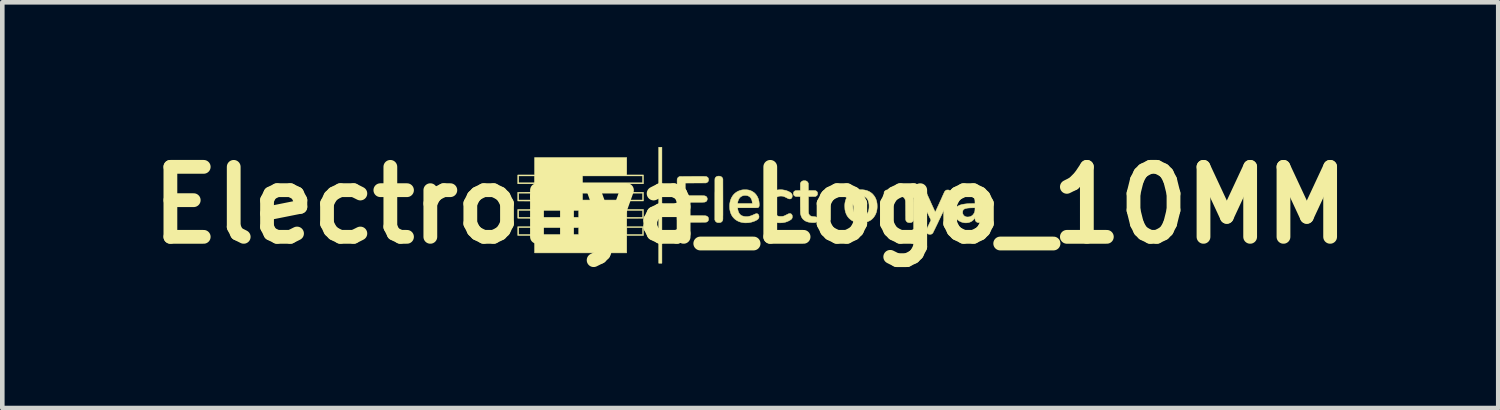
<source format=kicad_pcb>
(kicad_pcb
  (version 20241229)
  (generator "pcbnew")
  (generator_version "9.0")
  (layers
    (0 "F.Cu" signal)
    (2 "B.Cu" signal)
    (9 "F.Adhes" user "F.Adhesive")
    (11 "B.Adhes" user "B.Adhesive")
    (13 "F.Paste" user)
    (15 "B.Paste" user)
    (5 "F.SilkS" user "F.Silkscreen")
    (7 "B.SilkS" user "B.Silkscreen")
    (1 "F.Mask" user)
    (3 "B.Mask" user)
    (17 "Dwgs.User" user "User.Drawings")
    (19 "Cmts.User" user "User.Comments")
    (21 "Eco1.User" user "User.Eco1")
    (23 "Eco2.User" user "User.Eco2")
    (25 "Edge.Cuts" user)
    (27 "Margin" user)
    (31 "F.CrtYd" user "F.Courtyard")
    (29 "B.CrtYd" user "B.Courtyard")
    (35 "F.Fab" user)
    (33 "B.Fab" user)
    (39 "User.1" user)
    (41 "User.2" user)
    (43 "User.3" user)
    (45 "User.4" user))
  (footprint "Electronya_Logo_10MM"
    (layer "F.Cu")
    (at 13.288 1.418)
    (property "Reference" "Electronya_Logo_10MM" (at 0 0 0) (layer "F.SilkS") (effects (font (size 1.524 1.524) (thickness 0.3))))
    (attr exclude_from_pos_files exclude_from_bom)
    (fp_poly (pts (xy -1.924 1.264) (xy -1.994 1.264) (xy -1.994 -1.262) (xy -1.924 -1.262) (xy -1.924 1.264)) (stroke (width 0.01) (type solid)) (fill yes) (layer "F.SilkS"))
    (fp_poly (pts (xy -0.663 -0.631) (xy -0.645 -0.626) (xy -0.629 -0.618) (xy -0.616 -0.607) (xy -0.606 -0.593) (xy -0.601 -0.582) (xy -0.596 -0.57) (xy -0.595 -0.14) (xy -0.595 -0.081) (xy -0.595 -0.026) (xy -0.595 0.024) (xy -0.595 0.071) (xy -0.595 0.113) (xy -0.595 0.151) (xy -0.595 0.186) (xy -0.595 0.216) (xy -0.596 0.242) (xy -0.596 0.263) (xy -0.596 0.281) (xy -0.596 0.294) (xy -0.596 0.304) (xy -0.597 0.309) (xy -0.597 0.309) (xy -0.6 0.326) (xy -0.605 0.339) (xy -0.613 0.351) (xy -0.621 0.36) (xy -0.631 0.368) (xy -0.641 0.373) (xy -0.653 0.377) (xy -0.666 0.379) (xy -0.682 0.38) (xy -0.694 0.38) (xy -0.703 0.38) (xy -0.71 0.379) (xy -0.717 0.377) (xy -0.718 0.377) (xy -0.735 0.369) (xy -0.749 0.359) (xy -0.76 0.346) (xy -0.766 0.333) (xy -0.772 0.321) (xy -0.772 -0.125) (xy -0.772 -0.176) (xy -0.772 -0.223) (xy -0.772 -0.266) (xy -0.771 -0.306) (xy -0.771 -0.342) (xy -0.771 -0.375) (xy -0.771 -0.404) (xy -0.771 -0.43) (xy -0.771 -0.454) (xy -0.771 -0.475) (xy -0.771 -0.493) (xy -0.771 -0.509) (xy -0.771 -0.523) (xy -0.771 -0.535) (xy -0.771 -0.545) (xy -0.77 -0.553) (xy -0.77 -0.56) (xy -0.77 -0.566) (xy -0.77 -0.57) (xy -0.769 -0.574) (xy -0.769 -0.577) (xy -0.769 -0.579) (xy -0.768 -0.58) (xy -0.768 -0.582) (xy -0.768 -0.582) (xy -0.76 -0.598) (xy -0.75 -0.611) (xy -0.736 -0.621) (xy -0.72 -0.628) (xy -0.701 -0.632) (xy -0.685 -0.633) (xy -0.663 -0.631)) (stroke (width 0.01) (type solid)) (fill yes) (layer "F.SilkS"))
    (fp_poly (pts (xy -2.69 -0.658) (xy -2.326 -0.658) (xy -2.326 -0.466) (xy -2.69 -0.466) (xy -2.69 -0.374) (xy -2.689 -0.283) (xy -2.326 -0.281) (xy -2.326 -0.186) (xy -2.326 -0.091) (xy -2.69 -0.091) (xy -2.69 0.093) (xy -2.326 0.093) (xy -2.326 0.188) (xy -2.326 0.284) (xy -2.689 0.285) (xy -2.69 0.376) (xy -2.69 0.468) (xy -2.326 0.468) (xy -2.326 0.66) (xy -2.69 0.66) (xy -2.69 1.039) (xy -4.697 1.039) (xy -4.697 0.66) (xy -5.063 0.66) (xy -5.063 0.489) (xy -5.042 0.489) (xy -5.042 0.639) (xy -3.736 0.639) (xy -3.736 0.489) (xy -2.688 0.489) (xy -2.688 0.639) (xy -2.345 0.639) (xy -2.345 0.489) (xy -2.688 0.489) (xy -3.736 0.489) (xy -5.042 0.489) (xy -5.063 0.489) (xy -5.063 0.468) (xy -4.697 0.468) (xy -4.697 0.376) (xy -4.698 0.285) (xy -4.881 0.284) (xy -5.063 0.284) (xy -5.063 0.114) (xy -5.042 0.114) (xy -5.042 0.265) (xy -3.736 0.265) (xy -3.736 0.114) (xy -2.688 0.114) (xy -2.688 0.265) (xy -2.345 0.265) (xy -2.345 0.114) (xy -2.688 0.114) (xy -3.736 0.114) (xy -5.042 0.114) (xy -5.063 0.114) (xy -5.063 0.093) (xy -4.881 0.093) (xy -4.698 0.092) (xy -4.698 -0.09) (xy -4.881 -0.09) (xy -5.063 -0.091) (xy -5.063 -0.262) (xy -5.042 -0.262) (xy -5.042 -0.112) (xy -4.699 -0.112) (xy -4.699 -0.262) (xy -3.653 -0.262) (xy -3.653 -0.112) (xy -2.345 -0.112) (xy -2.345 -0.262) (xy -3.653 -0.262) (xy -4.699 -0.262) (xy -5.042 -0.262) (xy -5.063 -0.262) (xy -5.063 -0.281) (xy -4.881 -0.282) (xy -4.698 -0.283) (xy -4.697 -0.374) (xy -4.697 -0.466) (xy -5.063 -0.466) (xy -5.063 -0.637) (xy -5.042 -0.637) (xy -5.042 -0.487) (xy -4.699 -0.487) (xy -4.699 -0.637) (xy -3.653 -0.637) (xy -3.653 -0.487) (xy -2.345 -0.487) (xy -2.345 -0.637) (xy -3.653 -0.637) (xy -4.699 -0.637) (xy -5.042 -0.637) (xy -5.063 -0.637) (xy -5.063 -0.658) (xy -4.697 -0.658) (xy -4.697 -1.037) (xy -2.69 -1.037) (xy -2.69 -0.658)) (stroke (width 0.01) (type solid)) (fill yes) (layer "F.SilkS"))
    (fp_poly (pts (xy 1.675 -0.332) (xy 1.691 -0.326) (xy 1.706 -0.317) (xy 1.717 -0.305) (xy 1.726 -0.293) (xy 1.732 -0.278) (xy 1.733 -0.238) (xy 1.734 -0.198) (xy 1.743 -0.216) (xy 1.759 -0.241) (xy 1.777 -0.263) (xy 1.799 -0.283) (xy 1.823 -0.3) (xy 1.85 -0.313) (xy 1.879 -0.324) (xy 1.909 -0.33) (xy 1.918 -0.331) (xy 1.929 -0.332) (xy 1.941 -0.333) (xy 1.954 -0.333) (xy 1.955 -0.333) (xy 1.967 -0.333) (xy 1.975 -0.333) (xy 1.982 -0.333) (xy 1.986 -0.332) (xy 1.991 -0.33) (xy 1.996 -0.328) (xy 1.996 -0.327) (xy 2.009 -0.319) (xy 2.019 -0.309) (xy 2.026 -0.297) (xy 2.03 -0.281) (xy 2.031 -0.263) (xy 2.031 -0.262) (xy 2.03 -0.248) (xy 2.029 -0.237) (xy 2.026 -0.227) (xy 2.021 -0.218) (xy 2.019 -0.215) (xy 2.012 -0.207) (xy 2.004 -0.2) (xy 1.994 -0.195) (xy 1.981 -0.19) (xy 1.965 -0.187) (xy 1.945 -0.183) (xy 1.925 -0.181) (xy 1.904 -0.179) (xy 1.886 -0.176) (xy 1.872 -0.173) (xy 1.859 -0.17) (xy 1.849 -0.167) (xy 1.826 -0.157) (xy 1.805 -0.144) (xy 1.786 -0.128) (xy 1.771 -0.109) (xy 1.763 -0.093) (xy 1.758 -0.082) (xy 1.753 -0.07) (xy 1.749 -0.059) (xy 1.748 -0.055) (xy 1.747 -0.052) (xy 1.746 -0.049) (xy 1.746 -0.045) (xy 1.745 -0.041) (xy 1.745 -0.036) (xy 1.744 -0.031) (xy 1.744 -0.023) (xy 1.744 -0.014) (xy 1.743 -0.003) (xy 1.743 0.01) (xy 1.743 0.026) (xy 1.743 0.044) (xy 1.743 0.066) (xy 1.742 0.092) (xy 1.742 0.121) (xy 1.742 0.142) (xy 1.741 0.321) (xy 1.736 0.333) (xy 1.728 0.347) (xy 1.716 0.36) (xy 1.702 0.37) (xy 1.685 0.377) (xy 1.682 0.378) (xy 1.673 0.38) (xy 1.662 0.38) (xy 1.65 0.381) (xy 1.638 0.38) (xy 1.628 0.379) (xy 1.625 0.379) (xy 1.615 0.375) (xy 1.604 0.37) (xy 1.594 0.364) (xy 1.587 0.358) (xy 1.585 0.356) (xy 1.58 0.35) (xy 1.575 0.342) (xy 1.573 0.337) (xy 1.567 0.325) (xy 1.567 -0.278) (xy 1.573 -0.29) (xy 1.582 -0.305) (xy 1.594 -0.316) (xy 1.609 -0.325) (xy 1.627 -0.331) (xy 1.636 -0.333) (xy 1.656 -0.334) (xy 1.675 -0.332)) (stroke (width 0.01) (type solid)) (fill yes) (layer "F.SilkS"))
    (fp_poly (pts (xy 2.453 -0.335) (xy 2.492 -0.33) (xy 2.529 -0.321) (xy 2.563 -0.309) (xy 2.595 -0.294) (xy 2.625 -0.275) (xy 2.653 -0.253) (xy 2.665 -0.241) (xy 2.689 -0.214) (xy 2.71 -0.184) (xy 2.728 -0.152) (xy 2.742 -0.117) (xy 2.753 -0.08) (xy 2.76 -0.041) (xy 2.762 -0.022) (xy 2.764 0.02) (xy 2.763 0.061) (xy 2.758 0.101) (xy 2.75 0.139) (xy 2.738 0.175) (xy 2.723 0.209) (xy 2.704 0.241) (xy 2.683 0.271) (xy 2.679 0.275) (xy 2.656 0.299) (xy 2.631 0.32) (xy 2.602 0.338) (xy 2.571 0.353) (xy 2.537 0.366) (xy 2.502 0.375) (xy 2.465 0.381) (xy 2.427 0.385) (xy 2.389 0.384) (xy 2.381 0.384) (xy 2.341 0.379) (xy 2.302 0.371) (xy 2.266 0.36) (xy 2.233 0.345) (xy 2.202 0.327) (xy 2.174 0.305) (xy 2.148 0.281) (xy 2.125 0.254) (xy 2.106 0.224) (xy 2.089 0.191) (xy 2.076 0.155) (xy 2.066 0.117) (xy 2.063 0.104) (xy 2.061 0.089) (xy 2.06 0.072) (xy 2.059 0.053) (xy 2.058 0.032) (xy 2.058 0.024) (xy 2.234 0.024) (xy 2.234 0.043) (xy 2.235 0.062) (xy 2.237 0.078) (xy 2.238 0.09) (xy 2.245 0.121) (xy 2.255 0.148) (xy 2.267 0.173) (xy 2.282 0.194) (xy 2.299 0.211) (xy 2.319 0.225) (xy 2.342 0.236) (xy 2.367 0.244) (xy 2.372 0.245) (xy 2.384 0.246) (xy 2.399 0.247) (xy 2.416 0.247) (xy 2.432 0.246) (xy 2.448 0.244) (xy 2.46 0.242) (xy 2.462 0.242) (xy 2.486 0.233) (xy 2.508 0.221) (xy 2.527 0.206) (xy 2.544 0.188) (xy 2.558 0.166) (xy 2.569 0.141) (xy 2.578 0.113) (xy 2.584 0.082) (xy 2.584 0.077) (xy 2.586 0.063) (xy 2.587 0.046) (xy 2.587 0.027) (xy 2.587 0.008) (xy 2.586 -0.01) (xy 2.585 -0.027) (xy 2.583 -0.037) (xy 2.577 -0.068) (xy 2.568 -0.096) (xy 2.557 -0.121) (xy 2.543 -0.143) (xy 2.526 -0.161) (xy 2.507 -0.176) (xy 2.485 -0.187) (xy 2.461 -0.195) (xy 2.434 -0.2) (xy 2.411 -0.201) (xy 2.382 -0.199) (xy 2.356 -0.194) (xy 2.332 -0.185) (xy 2.311 -0.173) (xy 2.292 -0.158) (xy 2.276 -0.139) (xy 2.262 -0.116) (xy 2.251 -0.091) (xy 2.242 -0.062) (xy 2.238 -0.043) (xy 2.236 -0.03) (xy 2.235 -0.014) (xy 2.234 0.004) (xy 2.234 0.024) (xy 2.058 0.024) (xy 2.058 0.012) (xy 2.058 -0.006) (xy 2.059 -0.022) (xy 2.059 -0.027) (xy 2.065 -0.067) (xy 2.075 -0.104) (xy 2.087 -0.139) (xy 2.104 -0.172) (xy 2.118 -0.196) (xy 2.128 -0.209) (xy 2.14 -0.224) (xy 2.154 -0.239) (xy 2.169 -0.253) (xy 2.183 -0.266) (xy 2.196 -0.276) (xy 2.197 -0.277) (xy 2.228 -0.295) (xy 2.262 -0.311) (xy 2.298 -0.322) (xy 2.336 -0.331) (xy 2.376 -0.335) (xy 2.411 -0.337) (xy 2.453 -0.335)) (stroke (width 0.01) (type solid)) (fill yes) (layer "F.SilkS"))
    (fp_poly (pts (xy 1.192 -0.533) (xy 1.194 -0.533) (xy 1.212 -0.529) (xy 1.229 -0.522) (xy 1.242 -0.511) (xy 1.254 -0.497) (xy 1.259 -0.487) (xy 1.265 -0.475) (xy 1.265 -0.398) (xy 1.266 -0.32) (xy 1.34 -0.319) (xy 1.36 -0.319) (xy 1.376 -0.319) (xy 1.389 -0.319) (xy 1.399 -0.318) (xy 1.407 -0.318) (xy 1.413 -0.317) (xy 1.417 -0.317) (xy 1.421 -0.316) (xy 1.424 -0.315) (xy 1.426 -0.314) (xy 1.441 -0.306) (xy 1.452 -0.296) (xy 1.46 -0.284) (xy 1.463 -0.277) (xy 1.465 -0.271) (xy 1.465 -0.263) (xy 1.466 -0.254) (xy 1.464 -0.237) (xy 1.46 -0.223) (xy 1.452 -0.212) (xy 1.441 -0.202) (xy 1.429 -0.195) (xy 1.417 -0.189) (xy 1.342 -0.188) (xy 1.267 -0.187) (xy 1.267 0.02) (xy 1.267 0.048) (xy 1.267 0.073) (xy 1.267 0.094) (xy 1.267 0.112) (xy 1.267 0.128) (xy 1.268 0.141) (xy 1.268 0.152) (xy 1.269 0.161) (xy 1.269 0.168) (xy 1.27 0.174) (xy 1.271 0.18) (xy 1.273 0.184) (xy 1.274 0.188) (xy 1.276 0.192) (xy 1.278 0.196) (xy 1.279 0.199) (xy 1.287 0.211) (xy 1.296 0.222) (xy 1.306 0.23) (xy 1.319 0.237) (xy 1.334 0.242) (xy 1.352 0.246) (xy 1.374 0.248) (xy 1.38 0.249) (xy 1.397 0.25) (xy 1.411 0.252) (xy 1.422 0.254) (xy 1.431 0.256) (xy 1.438 0.259) (xy 1.445 0.262) (xy 1.448 0.264) (xy 1.459 0.273) (xy 1.466 0.285) (xy 1.47 0.299) (xy 1.471 0.305) (xy 1.471 0.32) (xy 1.469 0.332) (xy 1.466 0.342) (xy 1.462 0.348) (xy 1.454 0.358) (xy 1.443 0.366) (xy 1.43 0.373) (xy 1.414 0.377) (xy 1.395 0.38) (xy 1.373 0.38) (xy 1.347 0.379) (xy 1.329 0.378) (xy 1.3 0.374) (xy 1.273 0.37) (xy 1.25 0.364) (xy 1.229 0.357) (xy 1.208 0.348) (xy 1.204 0.346) (xy 1.18 0.331) (xy 1.158 0.314) (xy 1.14 0.295) (xy 1.125 0.273) (xy 1.112 0.248) (xy 1.102 0.219) (xy 1.095 0.191) (xy 1.094 0.187) (xy 1.094 0.183) (xy 1.093 0.177) (xy 1.093 0.17) (xy 1.092 0.161) (xy 1.092 0.15) (xy 1.092 0.137) (xy 1.091 0.121) (xy 1.091 0.103) (xy 1.091 0.081) (xy 1.091 0.056) (xy 1.09 0.027) (xy 1.09 -0.006) (xy 1.09 -0.006) (xy 1.089 -0.187) (xy 1.038 -0.188) (xy 1.022 -0.189) (xy 1.01 -0.189) (xy 1.001 -0.189) (xy 0.993 -0.19) (xy 0.988 -0.191) (xy 0.984 -0.192) (xy 0.98 -0.193) (xy 0.976 -0.195) (xy 0.974 -0.196) (xy 0.961 -0.204) (xy 0.951 -0.214) (xy 0.944 -0.227) (xy 0.94 -0.242) (xy 0.94 -0.253) (xy 0.941 -0.271) (xy 0.946 -0.285) (xy 0.953 -0.297) (xy 0.964 -0.307) (xy 0.977 -0.313) (xy 0.981 -0.315) (xy 0.985 -0.316) (xy 0.99 -0.317) (xy 0.996 -0.318) (xy 1.004 -0.318) (xy 1.014 -0.319) (xy 1.028 -0.319) (xy 1.04 -0.319) (xy 1.09 -0.32) (xy 1.091 -0.398) (xy 1.091 -0.475) (xy 1.097 -0.489) (xy 1.106 -0.503) (xy 1.119 -0.516) (xy 1.133 -0.525) (xy 1.151 -0.531) (xy 1.171 -0.533) (xy 1.192 -0.533)) (stroke (width 0.01) (type solid)) (fill yes) (layer "F.SilkS"))
    (fp_poly (pts (xy 0.698 -0.335) (xy 0.736 -0.329) (xy 0.774 -0.321) (xy 0.809 -0.309) (xy 0.841 -0.295) (xy 0.861 -0.284) (xy 0.877 -0.274) (xy 0.89 -0.263) (xy 0.9 -0.251) (xy 0.907 -0.239) (xy 0.908 -0.237) (xy 0.91 -0.232) (xy 0.912 -0.226) (xy 0.913 -0.22) (xy 0.913 -0.212) (xy 0.913 -0.202) (xy 0.913 -0.191) (xy 0.913 -0.183) (xy 0.912 -0.177) (xy 0.91 -0.172) (xy 0.908 -0.168) (xy 0.9 -0.155) (xy 0.89 -0.145) (xy 0.878 -0.138) (xy 0.863 -0.136) (xy 0.861 -0.136) (xy 0.852 -0.136) (xy 0.843 -0.138) (xy 0.832 -0.141) (xy 0.82 -0.147) (xy 0.805 -0.154) (xy 0.792 -0.161) (xy 0.77 -0.172) (xy 0.75 -0.181) (xy 0.733 -0.188) (xy 0.717 -0.193) (xy 0.704 -0.196) (xy 0.678 -0.198) (xy 0.652 -0.198) (xy 0.627 -0.195) (xy 0.603 -0.188) (xy 0.581 -0.179) (xy 0.574 -0.175) (xy 0.565 -0.169) (xy 0.555 -0.161) (xy 0.545 -0.151) (xy 0.534 -0.14) (xy 0.526 -0.13) (xy 0.519 -0.121) (xy 0.519 -0.12) (xy 0.511 -0.105) (xy 0.504 -0.088) (xy 0.498 -0.069) (xy 0.493 -0.05) (xy 0.491 -0.036) (xy 0.489 -0.019) (xy 0.488 -0.001) (xy 0.487 0.018) (xy 0.487 0.037) (xy 0.488 0.055) (xy 0.489 0.069) (xy 0.494 0.101) (xy 0.502 0.13) (xy 0.513 0.156) (xy 0.526 0.179) (xy 0.542 0.198) (xy 0.561 0.214) (xy 0.582 0.227) (xy 0.583 0.227) (xy 0.595 0.233) (xy 0.607 0.238) (xy 0.618 0.241) (xy 0.63 0.243) (xy 0.643 0.244) (xy 0.659 0.244) (xy 0.668 0.244) (xy 0.683 0.244) (xy 0.695 0.244) (xy 0.706 0.243) (xy 0.716 0.241) (xy 0.726 0.238) (xy 0.737 0.234) (xy 0.75 0.229) (xy 0.764 0.222) (xy 0.78 0.214) (xy 0.798 0.205) (xy 0.812 0.198) (xy 0.824 0.192) (xy 0.833 0.188) (xy 0.841 0.185) (xy 0.848 0.184) (xy 0.853 0.182) (xy 0.859 0.182) (xy 0.862 0.182) (xy 0.876 0.184) (xy 0.888 0.189) (xy 0.898 0.197) (xy 0.907 0.21) (xy 0.911 0.217) (xy 0.914 0.227) (xy 0.915 0.24) (xy 0.916 0.253) (xy 0.915 0.266) (xy 0.912 0.277) (xy 0.911 0.282) (xy 0.905 0.294) (xy 0.897 0.303) (xy 0.887 0.313) (xy 0.873 0.322) (xy 0.873 0.322) (xy 0.842 0.34) (xy 0.809 0.355) (xy 0.773 0.368) (xy 0.735 0.377) (xy 0.715 0.38) (xy 0.699 0.382) (xy 0.681 0.383) (xy 0.661 0.384) (xy 0.642 0.384) (xy 0.624 0.384) (xy 0.609 0.383) (xy 0.572 0.378) (xy 0.536 0.369) (xy 0.502 0.357) (xy 0.47 0.342) (xy 0.443 0.326) (xy 0.431 0.317) (xy 0.418 0.306) (xy 0.405 0.293) (xy 0.392 0.279) (xy 0.38 0.266) (xy 0.37 0.253) (xy 0.365 0.247) (xy 0.347 0.216) (xy 0.332 0.183) (xy 0.32 0.149) (xy 0.312 0.113) (xy 0.307 0.074) (xy 0.305 0.033) (xy 0.305 0.028) (xy 0.306 -0.015) (xy 0.311 -0.055) (xy 0.32 -0.092) (xy 0.332 -0.127) (xy 0.347 -0.16) (xy 0.365 -0.191) (xy 0.388 -0.22) (xy 0.405 -0.238) (xy 0.433 -0.263) (xy 0.463 -0.284) (xy 0.494 -0.302) (xy 0.528 -0.316) (xy 0.563 -0.326) (xy 0.601 -0.333) (xy 0.642 -0.336) (xy 0.659 -0.337) (xy 0.698 -0.335)) (stroke (width 0.01) (type solid)) (fill yes) (layer "F.SilkS"))
    (fp_poly (pts (xy -0.092 -0.335) (xy -0.074 -0.335) (xy -0.059 -0.333) (xy -0.045 -0.331) (xy -0.032 -0.329) (xy -0.018 -0.325) (xy -0.005 -0.321) (xy 0.028 -0.308) (xy 0.057 -0.291) (xy 0.085 -0.272) (xy 0.109 -0.249) (xy 0.131 -0.223) (xy 0.15 -0.194) (xy 0.159 -0.177) (xy 0.17 -0.152) (xy 0.179 -0.128) (xy 0.186 -0.102) (xy 0.191 -0.075) (xy 0.194 -0.045) (xy 0.195 -0.039) (xy 0.196 -0.017) (xy 0.196 0.002) (xy 0.194 0.017) (xy 0.191 0.03) (xy 0.185 0.04) (xy 0.178 0.047) (xy 0.169 0.053) (xy 0.168 0.053) (xy 0.167 0.054) (xy 0.165 0.054) (xy 0.163 0.055) (xy 0.159 0.055) (xy 0.155 0.056) (xy 0.15 0.056) (xy 0.142 0.056) (xy 0.134 0.056) (xy 0.123 0.057) (xy 0.109 0.057) (xy 0.093 0.057) (xy 0.075 0.057) (xy 0.053 0.057) (xy 0.028 0.057) (xy -0.001 0.057) (xy -0.033 0.057) (xy -0.058 0.057) (xy -0.276 0.057) (xy -0.274 0.074) (xy -0.272 0.089) (xy -0.269 0.106) (xy -0.264 0.124) (xy -0.259 0.14) (xy -0.254 0.154) (xy -0.253 0.155) (xy -0.241 0.178) (xy -0.227 0.196) (xy -0.211 0.212) (xy -0.192 0.225) (xy -0.17 0.235) (xy -0.145 0.242) (xy -0.118 0.247) (xy -0.109 0.248) (xy -0.086 0.249) (xy -0.064 0.249) (xy -0.041 0.246) (xy -0.018 0.241) (xy 0.007 0.234) (xy 0.034 0.224) (xy 0.063 0.212) (xy 0.071 0.208) (xy 0.088 0.2) (xy 0.102 0.194) (xy 0.114 0.19) (xy 0.123 0.186) (xy 0.131 0.185) (xy 0.138 0.184) (xy 0.144 0.184) (xy 0.15 0.186) (xy 0.152 0.186) (xy 0.163 0.191) (xy 0.173 0.2) (xy 0.181 0.211) (xy 0.186 0.224) (xy 0.186 0.224) (xy 0.19 0.243) (xy 0.19 0.26) (xy 0.186 0.277) (xy 0.177 0.292) (xy 0.171 0.3) (xy 0.159 0.311) (xy 0.143 0.322) (xy 0.124 0.333) (xy 0.102 0.343) (xy 0.079 0.353) (xy 0.053 0.361) (xy 0.027 0.369) (xy 0.000407 0.375) (xy -0.025 0.38) (xy -0.037 0.381) (xy -0.051 0.383) (xy -0.067 0.383) (xy -0.084 0.384) (xy -0.099 0.384) (xy -0.113 0.384) (xy -0.121 0.384) (xy -0.146 0.381) (xy -0.172 0.377) (xy -0.197 0.372) (xy -0.22 0.366) (xy -0.241 0.359) (xy -0.244 0.358) (xy -0.278 0.342) (xy -0.309 0.323) (xy -0.338 0.301) (xy -0.363 0.276) (xy -0.386 0.249) (xy -0.405 0.218) (xy -0.421 0.185) (xy -0.43 0.16) (xy -0.44 0.126) (xy -0.446 0.09) (xy -0.449 0.052) (xy -0.45 0.014) (xy -0.448 -0.024) (xy -0.445 -0.043) (xy -0.275 -0.043) (xy -0.275 -0.036) (xy 0.045 -0.036) (xy 0.044 -0.055) (xy 0.04 -0.084) (xy 0.034 -0.11) (xy 0.024 -0.134) (xy 0.012 -0.155) (xy -0.003 -0.173) (xy -0.021 -0.188) (xy -0.041 -0.199) (xy -0.052 -0.204) (xy -0.072 -0.209) (xy -0.094 -0.212) (xy -0.117 -0.213) (xy -0.14 -0.211) (xy -0.16 -0.206) (xy -0.164 -0.205) (xy -0.186 -0.195) (xy -0.207 -0.183) (xy -0.225 -0.167) (xy -0.24 -0.148) (xy -0.245 -0.14) (xy -0.252 -0.127) (xy -0.259 -0.111) (xy -0.265 -0.095) (xy -0.27 -0.078) (xy -0.273 -0.062) (xy -0.275 -0.048) (xy -0.275 -0.043) (xy -0.445 -0.043) (xy -0.442 -0.061) (xy -0.434 -0.096) (xy -0.433 -0.101) (xy -0.42 -0.137) (xy -0.403 -0.172) (xy -0.384 -0.203) (xy -0.362 -0.231) (xy -0.337 -0.256) (xy -0.309 -0.278) (xy -0.279 -0.297) (xy -0.246 -0.312) (xy -0.211 -0.324) (xy -0.184 -0.331) (xy -0.175 -0.332) (xy -0.167 -0.334) (xy -0.158 -0.334) (xy -0.149 -0.335) (xy -0.138 -0.335) (xy -0.123 -0.335) (xy -0.113 -0.335) (xy -0.092 -0.335)) (stroke (width 0.01) (type solid)) (fill yes) (layer "F.SilkS"))
    (fp_poly (pts (xy -1.088 -0.626) (xy -1.065 -0.626) (xy -1.045 -0.626) (xy -1.027 -0.626) (xy -1.012 -0.626) (xy -0.999 -0.625) (xy -0.988 -0.625) (xy -0.979 -0.625) (xy -0.972 -0.624) (xy -0.966 -0.623) (xy -0.961 -0.623) (xy -0.956 -0.622) (xy -0.953 -0.621) (xy -0.95 -0.62) (xy -0.947 -0.619) (xy -0.944 -0.617) (xy -0.942 -0.616) (xy -0.931 -0.608) (xy -0.92 -0.598) (xy -0.914 -0.587) (xy -0.911 -0.577) (xy -0.909 -0.564) (xy -0.909 -0.551) (xy -0.91 -0.538) (xy -0.913 -0.526) (xy -0.914 -0.523) (xy -0.922 -0.511) (xy -0.933 -0.5) (xy -0.947 -0.491) (xy -0.954 -0.488) (xy -0.968 -0.484) (xy -1.192 -0.483) (xy -1.416 -0.482) (xy -1.416 -0.207) (xy -1.221 -0.207) (xy -1.188 -0.207) (xy -1.157 -0.207) (xy -1.128 -0.207) (xy -1.101 -0.207) (xy -1.078 -0.207) (xy -1.057 -0.207) (xy -1.039 -0.206) (xy -1.025 -0.206) (xy -1.015 -0.206) (xy -1.008 -0.205) (xy -1.007 -0.205) (xy -0.988 -0.202) (xy -0.972 -0.196) (xy -0.96 -0.189) (xy -0.95 -0.179) (xy -0.944 -0.168) (xy -0.94 -0.16) (xy -0.938 -0.154) (xy -0.937 -0.146) (xy -0.937 -0.137) (xy -0.938 -0.12) (xy -0.942 -0.106) (xy -0.948 -0.094) (xy -0.952 -0.089) (xy -0.961 -0.081) (xy -0.973 -0.074) (xy -0.987 -0.069) (xy -1 -0.066) (xy -1.005 -0.065) (xy -1.014 -0.065) (xy -1.026 -0.065) (xy -1.042 -0.064) (xy -1.062 -0.064) (xy -1.084 -0.064) (xy -1.11 -0.064) (xy -1.139 -0.064) (xy -1.17 -0.064) (xy -1.203 -0.064) (xy -1.215 -0.064) (xy -1.416 -0.064) (xy -1.416 0.229) (xy -1.203 0.229) (xy -1.167 0.229) (xy -1.134 0.229) (xy -1.103 0.229) (xy -1.075 0.229) (xy -1.05 0.229) (xy -1.028 0.229) (xy -1.01 0.23) (xy -0.995 0.23) (xy -0.984 0.23) (xy -0.977 0.231) (xy -0.975 0.231) (xy -0.957 0.235) (xy -0.941 0.242) (xy -0.928 0.252) (xy -0.926 0.254) (xy -0.919 0.262) (xy -0.914 0.27) (xy -0.911 0.279) (xy -0.91 0.289) (xy -0.909 0.302) (xy -0.909 0.312) (xy -0.91 0.319) (xy -0.911 0.325) (xy -0.913 0.33) (xy -0.915 0.336) (xy -0.924 0.348) (xy -0.937 0.359) (xy -0.951 0.367) (xy -0.953 0.368) (xy -0.955 0.368) (xy -0.957 0.369) (xy -0.959 0.369) (xy -0.963 0.369) (xy -0.967 0.37) (xy -0.972 0.37) (xy -0.978 0.37) (xy -0.987 0.371) (xy -0.997 0.371) (xy -1.009 0.371) (xy -1.023 0.371) (xy -1.039 0.371) (xy -1.059 0.371) (xy -1.081 0.372) (xy -1.107 0.372) (xy -1.135 0.372) (xy -1.168 0.372) (xy -1.204 0.372) (xy -1.244 0.372) (xy -1.246 0.372) (xy -1.288 0.372) (xy -1.326 0.372) (xy -1.36 0.372) (xy -1.391 0.372) (xy -1.418 0.372) (xy -1.442 0.372) (xy -1.462 0.372) (xy -1.48 0.371) (xy -1.495 0.371) (xy -1.507 0.371) (xy -1.517 0.371) (xy -1.525 0.371) (xy -1.531 0.37) (xy -1.535 0.37) (xy -1.537 0.37) (xy -1.553 0.364) (xy -1.566 0.355) (xy -1.577 0.344) (xy -1.585 0.331) (xy -1.593 0.315) (xy -1.593 -0.119) (xy -1.594 -0.173) (xy -1.594 -0.223) (xy -1.594 -0.269) (xy -1.594 -0.311) (xy -1.594 -0.349) (xy -1.594 -0.384) (xy -1.594 -0.415) (xy -1.593 -0.443) (xy -1.593 -0.467) (xy -1.593 -0.489) (xy -1.593 -0.507) (xy -1.593 -0.523) (xy -1.593 -0.536) (xy -1.593 -0.547) (xy -1.592 -0.555) (xy -1.592 -0.56) (xy -1.592 -0.564) (xy -1.592 -0.565) (xy -1.586 -0.582) (xy -1.577 -0.597) (xy -1.565 -0.609) (xy -1.55 -0.619) (xy -1.546 -0.621) (xy -1.534 -0.625) (xy -1.256 -0.626) (xy -1.215 -0.626) (xy -1.178 -0.626) (xy -1.144 -0.626) (xy -1.115 -0.626) (xy -1.088 -0.626)) (stroke (width 0.01) (type solid)) (fill yes) (layer "F.SilkS"))
    (fp_poly (pts (xy 3.766 -0.333) (xy 3.785 -0.328) (xy 3.785 -0.328) (xy 3.797 -0.322) (xy 3.808 -0.314) (xy 3.818 -0.304) (xy 3.824 -0.296) (xy 3.825 -0.292) (xy 3.828 -0.286) (xy 3.833 -0.276) (xy 3.839 -0.263) (xy 3.846 -0.247) (xy 3.855 -0.228) (xy 3.864 -0.207) (xy 3.875 -0.185) (xy 3.886 -0.16) (xy 3.898 -0.134) (xy 3.911 -0.106) (xy 3.924 -0.077) (xy 3.927 -0.069) (xy 3.94 -0.04) (xy 3.953 -0.012) (xy 3.965 0.014) (xy 3.976 0.039) (xy 3.987 0.061) (xy 3.996 0.082) (xy 4.005 0.101) (xy 4.012 0.117) (xy 4.018 0.13) (xy 4.023 0.14) (xy 4.026 0.147) (xy 4.028 0.151) (xy 4.028 0.151) (xy 4.029 0.149) (xy 4.032 0.144) (xy 4.036 0.135) (xy 4.041 0.124) (xy 4.048 0.109) (xy 4.056 0.092) (xy 4.065 0.072) (xy 4.075 0.05) (xy 4.086 0.026) (xy 4.098 0.001) (xy 4.11 -0.026) (xy 4.123 -0.054) (xy 4.124 -0.058) (xy 4.137 -0.086) (xy 4.15 -0.114) (xy 4.162 -0.14) (xy 4.173 -0.165) (xy 4.183 -0.189) (xy 4.193 -0.21) (xy 4.202 -0.229) (xy 4.209 -0.246) (xy 4.216 -0.26) (xy 4.221 -0.271) (xy 4.224 -0.279) (xy 4.226 -0.283) (xy 4.226 -0.283) (xy 4.235 -0.299) (xy 4.246 -0.311) (xy 4.259 -0.321) (xy 4.265 -0.324) (xy 4.272 -0.328) (xy 4.277 -0.33) (xy 4.283 -0.331) (xy 4.29 -0.331) (xy 4.3 -0.331) (xy 4.31 -0.331) (xy 4.317 -0.331) (xy 4.323 -0.329) (xy 4.329 -0.327) (xy 4.335 -0.324) (xy 4.351 -0.315) (xy 4.364 -0.302) (xy 4.374 -0.288) (xy 4.381 -0.272) (xy 4.383 -0.262) (xy 4.383 -0.255) (xy 4.382 -0.248) (xy 4.38 -0.239) (xy 4.379 -0.236) (xy 4.377 -0.232) (xy 4.374 -0.224) (xy 4.369 -0.213) (xy 4.362 -0.199) (xy 4.354 -0.183) (xy 4.345 -0.163) (xy 4.335 -0.141) (xy 4.323 -0.117) (xy 4.311 -0.09) (xy 4.298 -0.062) (xy 4.283 -0.032) (xy 4.269 -0.001) (xy 4.253 0.031) (xy 4.237 0.064) (xy 4.221 0.098) (xy 4.205 0.133) (xy 4.188 0.168) (xy 4.171 0.203) (xy 4.154 0.238) (xy 4.138 0.272) (xy 4.121 0.306) (xy 4.105 0.339) (xy 4.09 0.372) (xy 4.075 0.403) (xy 4.061 0.432) (xy 4.047 0.461) (xy 4.034 0.487) (xy 4.023 0.511) (xy 4.012 0.533) (xy 4.002 0.552) (xy 3.994 0.569) (xy 3.987 0.583) (xy 3.982 0.594) (xy 3.978 0.601) (xy 3.976 0.605) (xy 3.976 0.606) (xy 3.965 0.617) (xy 3.953 0.626) (xy 3.941 0.631) (xy 3.93 0.634) (xy 3.917 0.635) (xy 3.903 0.635) (xy 3.89 0.633) (xy 3.883 0.631) (xy 3.868 0.624) (xy 3.854 0.614) (xy 3.843 0.602) (xy 3.836 0.592) (xy 3.833 0.584) (xy 3.832 0.573) (xy 3.831 0.562) (xy 3.832 0.55) (xy 3.834 0.542) (xy 3.836 0.538) (xy 3.839 0.53) (xy 3.844 0.52) (xy 3.85 0.507) (xy 3.857 0.491) (xy 3.865 0.474) (xy 3.873 0.456) (xy 3.883 0.436) (xy 3.887 0.428) (xy 3.935 0.325) (xy 3.93 0.314) (xy 3.921 0.296) (xy 3.911 0.275) (xy 3.899 0.252) (xy 3.888 0.227) (xy 3.875 0.201) (xy 3.862 0.173) (xy 3.848 0.145) (xy 3.834 0.116) (xy 3.82 0.086) (xy 3.806 0.056) (xy 3.792 0.027) (xy 3.778 -0.003) (xy 3.764 -0.031) (xy 3.751 -0.059) (xy 3.738 -0.086) (xy 3.726 -0.112) (xy 3.714 -0.136) (xy 3.704 -0.158) (xy 3.695 -0.178) (xy 3.686 -0.196) (xy 3.679 -0.212) (xy 3.673 -0.224) (xy 3.669 -0.233) (xy 3.667 -0.239) (xy 3.666 -0.241) (xy 3.664 -0.258) (xy 3.667 -0.274) (xy 3.673 -0.289) (xy 3.683 -0.303) (xy 3.696 -0.315) (xy 3.709 -0.323) (xy 3.728 -0.33) (xy 3.747 -0.334) (xy 3.766 -0.333)) (stroke (width 0.01) (type solid)) (fill yes) (layer "F.SilkS"))
    (fp_poly (pts (xy 4.792 -0.336) (xy 4.81 -0.335) (xy 4.827 -0.334) (xy 4.842 -0.333) (xy 4.853 -0.332) (xy 4.887 -0.324) (xy 4.918 -0.313) (xy 4.946 -0.3) (xy 4.97 -0.283) (xy 4.992 -0.264) (xy 5.011 -0.242) (xy 5.027 -0.216) (xy 5.04 -0.188) (xy 5.05 -0.157) (xy 5.054 -0.137) (xy 5.056 -0.129) (xy 5.057 -0.121) (xy 5.058 -0.113) (xy 5.059 -0.104) (xy 5.06 -0.094) (xy 5.061 -0.084) (xy 5.061 -0.071) (xy 5.062 -0.057) (xy 5.062 -0.041) (xy 5.063 -0.023) (xy 5.063 -0.002) (xy 5.063 0.022) (xy 5.063 0.049) (xy 5.063 0.08) (xy 5.063 0.114) (xy 5.063 0.131) (xy 5.062 0.321) (xy 5.057 0.333) (xy 5.053 0.341) (xy 5.047 0.35) (xy 5.043 0.355) (xy 5.031 0.366) (xy 5.016 0.374) (xy 5 0.378) (xy 4.982 0.38) (xy 4.965 0.379) (xy 4.948 0.376) (xy 4.933 0.369) (xy 4.919 0.359) (xy 4.917 0.357) (xy 4.908 0.346) (xy 4.901 0.332) (xy 4.896 0.315) (xy 4.894 0.296) (xy 4.894 0.284) (xy 4.894 0.268) (xy 4.887 0.28) (xy 4.873 0.302) (xy 4.856 0.322) (xy 4.836 0.34) (xy 4.814 0.355) (xy 4.789 0.367) (xy 4.762 0.376) (xy 4.751 0.379) (xy 4.74 0.381) (xy 4.727 0.382) (xy 4.712 0.384) (xy 4.698 0.384) (xy 4.685 0.384) (xy 4.674 0.384) (xy 4.673 0.384) (xy 4.637 0.378) (xy 4.604 0.369) (xy 4.574 0.357) (xy 4.547 0.342) (xy 4.522 0.323) (xy 4.516 0.317) (xy 4.496 0.295) (xy 4.479 0.272) (xy 4.466 0.246) (xy 4.457 0.219) (xy 4.452 0.19) (xy 4.451 0.16) (xy 4.451 0.148) (xy 4.623 0.148) (xy 4.624 0.169) (xy 4.629 0.189) (xy 4.637 0.207) (xy 4.648 0.222) (xy 4.663 0.236) (xy 4.68 0.246) (xy 4.7 0.253) (xy 4.707 0.255) (xy 4.72 0.257) (xy 4.736 0.257) (xy 4.753 0.256) (xy 4.769 0.254) (xy 4.78 0.252) (xy 4.804 0.243) (xy 4.825 0.231) (xy 4.844 0.215) (xy 4.86 0.196) (xy 4.874 0.174) (xy 4.876 0.171) (xy 4.882 0.158) (xy 4.886 0.146) (xy 4.889 0.134) (xy 4.891 0.12) (xy 4.893 0.104) (xy 4.893 0.092) (xy 4.894 0.057) (xy 4.852 0.057) (xy 4.82 0.058) (xy 4.789 0.059) (xy 4.761 0.061) (xy 4.736 0.063) (xy 4.72 0.066) (xy 4.696 0.071) (xy 4.676 0.077) (xy 4.659 0.085) (xy 4.646 0.095) (xy 4.636 0.107) (xy 4.629 0.12) (xy 4.625 0.136) (xy 4.623 0.148) (xy 4.451 0.148) (xy 4.451 0.147) (xy 4.455 0.12) (xy 4.461 0.095) (xy 4.471 0.074) (xy 4.483 0.055) (xy 4.498 0.038) (xy 4.517 0.023) (xy 4.536 0.012) (xy 4.556 0.002) (xy 4.579 -0.006) (xy 4.603 -0.013) (xy 4.631 -0.019) (xy 4.661 -0.024) (xy 4.695 -0.028) (xy 4.732 -0.032) (xy 4.773 -0.034) (xy 4.817 -0.035) (xy 4.824 -0.035) (xy 4.894 -0.037) (xy 4.893 -0.074) (xy 4.893 -0.089) (xy 4.892 -0.101) (xy 4.891 -0.11) (xy 4.89 -0.118) (xy 4.888 -0.125) (xy 4.888 -0.127) (xy 4.88 -0.147) (xy 4.869 -0.164) (xy 4.856 -0.178) (xy 4.84 -0.188) (xy 4.821 -0.196) (xy 4.814 -0.198) (xy 4.802 -0.2) (xy 4.786 -0.202) (xy 4.769 -0.203) (xy 4.753 -0.202) (xy 4.737 -0.201) (xy 4.737 -0.201) (xy 4.719 -0.198) (xy 4.698 -0.194) (xy 4.675 -0.187) (xy 4.65 -0.18) (xy 4.624 -0.171) (xy 4.598 -0.162) (xy 4.573 -0.152) (xy 4.572 -0.151) (xy 4.557 -0.145) (xy 4.545 -0.141) (xy 4.535 -0.139) (xy 4.527 -0.138) (xy 4.519 -0.139) (xy 4.513 -0.14) (xy 4.499 -0.146) (xy 4.488 -0.156) (xy 4.479 -0.168) (xy 4.474 -0.183) (xy 4.474 -0.183) (xy 4.473 -0.192) (xy 4.472 -0.203) (xy 4.473 -0.215) (xy 4.474 -0.225) (xy 4.476 -0.231) (xy 4.482 -0.243) (xy 4.492 -0.255) (xy 4.506 -0.267) (xy 4.523 -0.278) (xy 4.543 -0.288) (xy 4.565 -0.298) (xy 4.591 -0.307) (xy 4.618 -0.315) (xy 4.647 -0.323) (xy 4.678 -0.328) (xy 4.71 -0.333) (xy 4.725 -0.335) (xy 4.739 -0.336) (xy 4.755 -0.336) (xy 4.773 -0.336) (xy 4.792 -0.336)) (stroke (width 0.01) (type solid)) (fill yes) (layer "F.SilkS"))
    (fp_poly (pts (xy 3.316 -0.336) (xy 3.327 -0.336) (xy 3.354 -0.334) (xy 3.377 -0.331) (xy 3.398 -0.327) (xy 3.418 -0.321) (xy 3.437 -0.312) (xy 3.441 -0.311) (xy 3.464 -0.297) (xy 3.484 -0.281) (xy 3.502 -0.262) (xy 3.518 -0.239) (xy 3.531 -0.214) (xy 3.542 -0.185) (xy 3.55 -0.152) (xy 3.556 -0.117) (xy 3.556 -0.116) (xy 3.557 -0.112) (xy 3.557 -0.105) (xy 3.558 -0.097) (xy 3.558 -0.086) (xy 3.558 -0.073) (xy 3.559 -0.057) (xy 3.559 -0.039) (xy 3.559 -0.017) (xy 3.559 0.008) (xy 3.559 0.037) (xy 3.559 0.069) (xy 3.559 0.106) (xy 3.559 0.11) (xy 3.559 0.144) (xy 3.559 0.175) (xy 3.559 0.201) (xy 3.559 0.224) (xy 3.559 0.244) (xy 3.559 0.261) (xy 3.559 0.276) (xy 3.559 0.288) (xy 3.558 0.297) (xy 3.558 0.305) (xy 3.558 0.312) (xy 3.557 0.316) (xy 3.557 0.32) (xy 3.557 0.323) (xy 3.556 0.325) (xy 3.555 0.327) (xy 3.547 0.344) (xy 3.537 0.358) (xy 3.523 0.369) (xy 3.507 0.376) (xy 3.488 0.38) (xy 3.473 0.381) (xy 3.451 0.379) (xy 3.433 0.375) (xy 3.417 0.367) (xy 3.404 0.356) (xy 3.394 0.342) (xy 3.386 0.325) (xy 3.386 0.325) (xy 3.386 0.323) (xy 3.386 0.319) (xy 3.385 0.313) (xy 3.385 0.305) (xy 3.384 0.294) (xy 3.384 0.282) (xy 3.384 0.266) (xy 3.384 0.248) (xy 3.383 0.226) (xy 3.383 0.201) (xy 3.383 0.172) (xy 3.383 0.139) (xy 3.382 0.113) (xy 3.382 0.079) (xy 3.382 0.049) (xy 3.382 0.023) (xy 3.382 0.000459) (xy 3.381 -0.019) (xy 3.381 -0.036) (xy 3.381 -0.05) (xy 3.381 -0.062) (xy 3.381 -0.072) (xy 3.38 -0.08) (xy 3.38 -0.086) (xy 3.379 -0.091) (xy 3.379 -0.096) (xy 3.378 -0.099) (xy 3.378 -0.102) (xy 3.377 -0.105) (xy 3.376 -0.108) (xy 3.369 -0.13) (xy 3.359 -0.149) (xy 3.347 -0.165) (xy 3.332 -0.177) (xy 3.315 -0.187) (xy 3.294 -0.193) (xy 3.291 -0.194) (xy 3.28 -0.195) (xy 3.266 -0.196) (xy 3.251 -0.196) (xy 3.235 -0.196) (xy 3.221 -0.194) (xy 3.208 -0.192) (xy 3.206 -0.192) (xy 3.185 -0.184) (xy 3.165 -0.174) (xy 3.147 -0.161) (xy 3.131 -0.147) (xy 3.125 -0.14) (xy 3.118 -0.131) (xy 3.111 -0.119) (xy 3.105 -0.107) (xy 3.099 -0.095) (xy 3.097 -0.089) (xy 3.095 -0.084) (xy 3.094 -0.079) (xy 3.093 -0.075) (xy 3.092 -0.07) (xy 3.091 -0.065) (xy 3.09 -0.059) (xy 3.089 -0.052) (xy 3.089 -0.043) (xy 3.088 -0.033) (xy 3.088 -0.021) (xy 3.088 -0.006) (xy 3.087 0.011) (xy 3.087 0.031) (xy 3.087 0.054) (xy 3.087 0.08) (xy 3.086 0.11) (xy 3.086 0.135) (xy 3.085 0.323) (xy 3.079 0.336) (xy 3.07 0.35) (xy 3.059 0.362) (xy 3.046 0.371) (xy 3.038 0.375) (xy 3.029 0.377) (xy 3.016 0.379) (xy 3.003 0.38) (xy 2.989 0.381) (xy 2.977 0.38) (xy 2.968 0.378) (xy 2.95 0.371) (xy 2.936 0.361) (xy 2.925 0.349) (xy 2.917 0.334) (xy 2.913 0.318) (xy 2.912 0.315) (xy 2.912 0.309) (xy 2.912 0.301) (xy 2.911 0.29) (xy 2.911 0.275) (xy 2.911 0.258) (xy 2.911 0.237) (xy 2.911 0.213) (xy 2.911 0.186) (xy 2.911 0.155) (xy 2.911 0.12) (xy 2.911 0.081) (xy 2.911 0.038) (xy 2.911 0.016) (xy 2.911 -0.026) (xy 2.911 -0.064) (xy 2.911 -0.098) (xy 2.911 -0.128) (xy 2.911 -0.155) (xy 2.911 -0.179) (xy 2.912 -0.199) (xy 2.912 -0.218) (xy 2.912 -0.233) (xy 2.912 -0.247) (xy 2.913 -0.258) (xy 2.914 -0.267) (xy 2.914 -0.275) (xy 2.915 -0.281) (xy 2.916 -0.286) (xy 2.918 -0.29) (xy 2.919 -0.293) (xy 2.921 -0.296) (xy 2.922 -0.298) (xy 2.924 -0.301) (xy 2.927 -0.303) (xy 2.929 -0.305) (xy 2.931 -0.307) (xy 2.943 -0.318) (xy 2.956 -0.326) (xy 2.972 -0.331) (xy 2.982 -0.333) (xy 3.002 -0.334) (xy 3.021 -0.332) (xy 3.038 -0.326) (xy 3.053 -0.317) (xy 3.065 -0.305) (xy 3.075 -0.291) (xy 3.075 -0.29) (xy 3.077 -0.285) (xy 3.079 -0.281) (xy 3.08 -0.275) (xy 3.081 -0.268) (xy 3.081 -0.259) (xy 3.082 -0.248) (xy 3.083 -0.217) (xy 3.09 -0.227) (xy 3.11 -0.253) (xy 3.133 -0.275) (xy 3.159 -0.294) (xy 3.187 -0.309) (xy 3.217 -0.322) (xy 3.249 -0.33) (xy 3.266 -0.334) (xy 3.278 -0.335) (xy 3.289 -0.336) (xy 3.301 -0.336) (xy 3.316 -0.336)) (stroke (width 0.01) (type solid)) (fill yes) (layer "F.SilkS")))
  (gr_rect
    (start -3 -3)
    (end 29.576 5.836)
    (stroke (width 0.1) (type default))
    (fill no)
    (layer "Edge.Cuts")))
</source>
